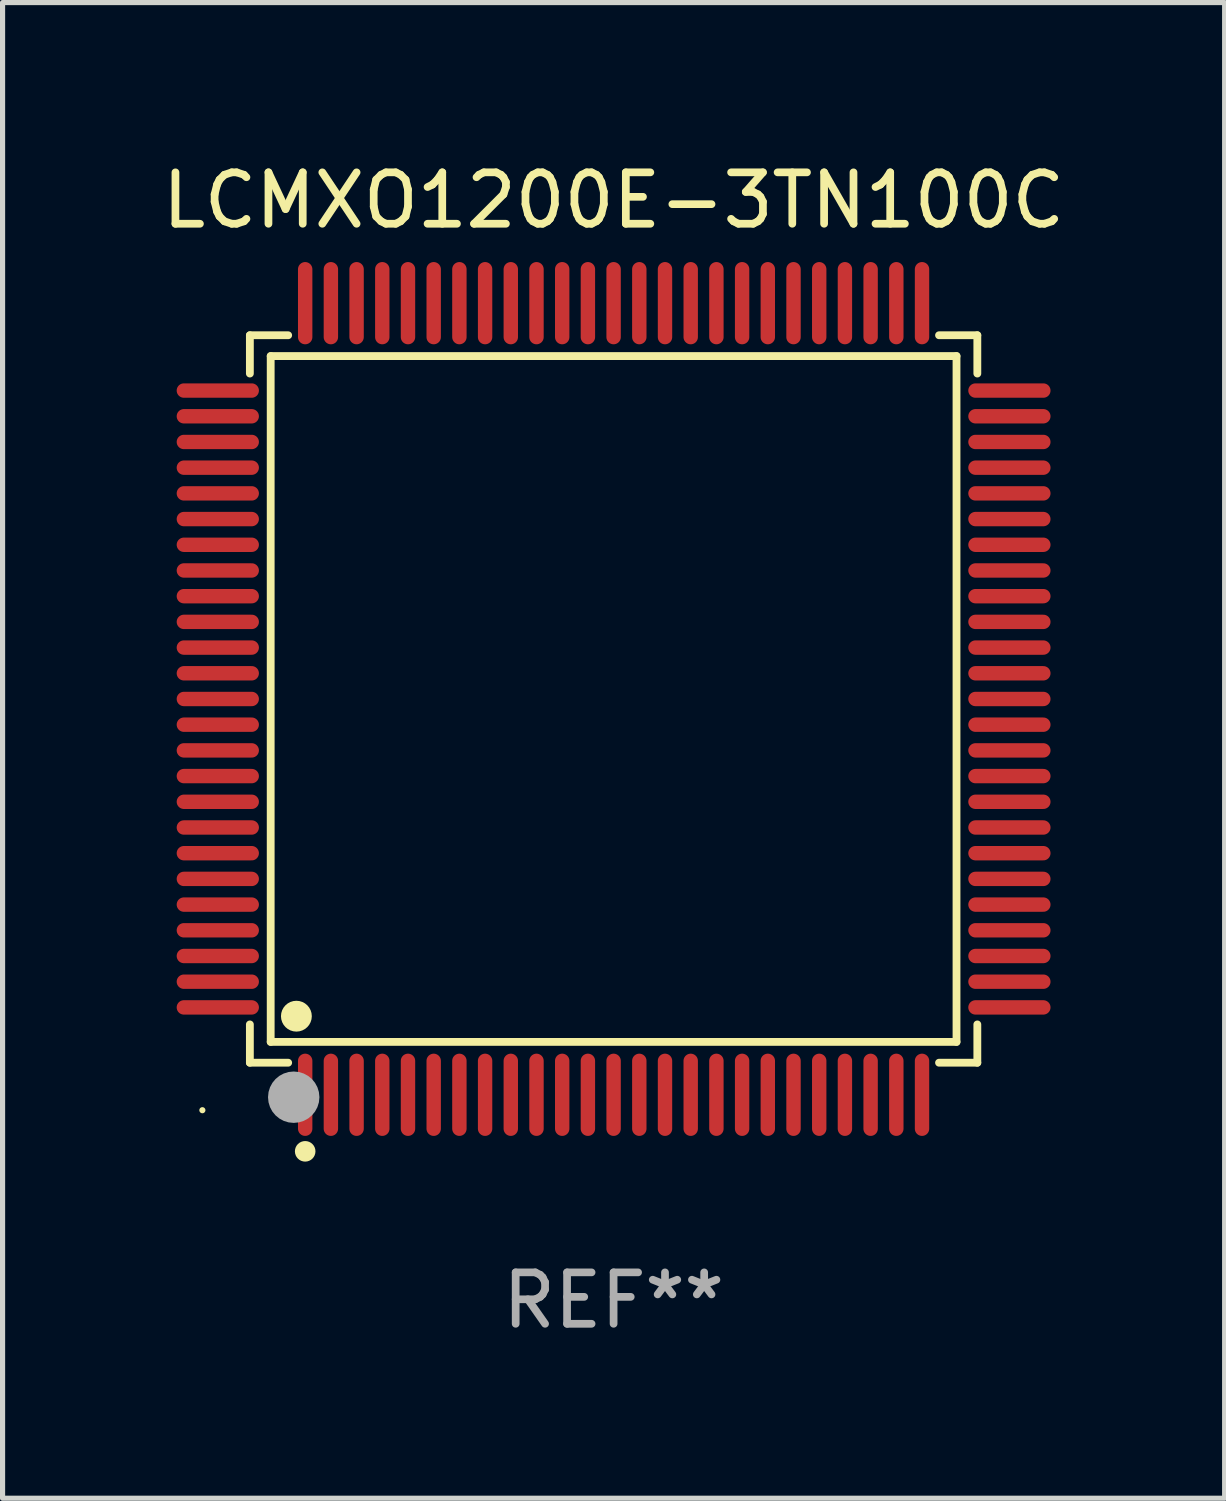
<source format=kicad_pcb>
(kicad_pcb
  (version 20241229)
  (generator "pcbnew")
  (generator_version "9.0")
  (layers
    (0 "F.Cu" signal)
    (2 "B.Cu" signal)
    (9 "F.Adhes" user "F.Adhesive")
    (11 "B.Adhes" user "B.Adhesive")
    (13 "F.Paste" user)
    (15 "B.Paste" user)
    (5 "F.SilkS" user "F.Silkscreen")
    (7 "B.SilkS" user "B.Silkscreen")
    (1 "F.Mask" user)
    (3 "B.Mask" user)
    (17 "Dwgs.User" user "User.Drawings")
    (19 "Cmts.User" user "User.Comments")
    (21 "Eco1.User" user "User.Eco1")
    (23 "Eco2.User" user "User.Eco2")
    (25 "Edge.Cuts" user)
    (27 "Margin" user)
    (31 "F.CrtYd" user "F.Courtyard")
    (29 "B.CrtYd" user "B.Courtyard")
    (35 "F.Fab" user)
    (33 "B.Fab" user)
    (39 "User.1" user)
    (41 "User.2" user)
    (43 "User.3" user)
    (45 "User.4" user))
  (footprint "LCMXO1200E-3TN100C"
    (layer "F.Cu")
    (at 8.887 10.548)
    (property "Reference" "LCMXO1200E-3TN100C" (at 0 -9.7 0) (layer "F.SilkS") (effects (font (size 1 1) (thickness 0.15))))
    (attr through_hole)
    (fp_line (start -7.076 -7.076) (end -6.331 -7.076) (stroke (width 0.152) (type solid)) (layer "F.SilkS"))
    (fp_line (start -7.076 -6.331) (end -7.076 -7.076) (stroke (width 0.152) (type solid)) (layer "F.SilkS"))
    (fp_line (start -7.076 6.331) (end -7.076 7.076) (stroke (width 0.152) (type solid)) (layer "F.SilkS"))
    (fp_line (start -7.076 7.076) (end -6.331 7.076) (stroke (width 0.152) (type solid)) (layer "F.SilkS"))
    (fp_line (start -6.671 -6.671) (end 6.671 -6.671) (stroke (width 0.152) (type solid)) (layer "F.SilkS"))
    (fp_line (start -6.671 6.671) (end -6.671 -6.671) (stroke (width 0.152) (type solid)) (layer "F.SilkS"))
    (fp_line (start 6.671 -6.671) (end 6.671 6.671) (stroke (width 0.152) (type solid)) (layer "F.SilkS"))
    (fp_line (start 6.671 6.671) (end -6.671 6.671) (stroke (width 0.152) (type solid)) (layer "F.SilkS"))
    (fp_line (start 7.076 -7.076) (end 6.331 -7.076) (stroke (width 0.152) (type solid)) (layer "F.SilkS"))
    (fp_line (start 7.076 -6.331) (end 7.076 -7.076) (stroke (width 0.152) (type solid)) (layer "F.SilkS"))
    (fp_line (start 7.076 6.331) (end 7.076 7.076) (stroke (width 0.152) (type solid)) (layer "F.SilkS"))
    (fp_line (start 7.076 7.076) (end 6.331 7.076) (stroke (width 0.152) (type solid)) (layer "F.SilkS"))
    (fp_circle (center -8 8) (end -7.97 8) (stroke (width 0.06) (type solid)) (fill no) (layer "F.SilkS"))
    (fp_circle (center -6.171 6.171) (end -6.021 6.171) (stroke (width 0.3) (type solid)) (fill no) (layer "F.SilkS"))
    (fp_circle (center -6 8.8) (end -5.9 8.8) (stroke (width 0.2) (type solid)) (fill no) (layer "F.SilkS"))
    (fp_circle (center -6.223 7.747) (end -5.973 7.747) (stroke (width 0.5) (type solid)) (fill no) (layer "F.Fab"))
    (fp_text user "REF**" (at 0 11.7 0) (layer "F.Fab") (effects (font (size 1 1) (thickness 0.15))))
    (pad "1" smd oval (at -6 7.7) (size 0.28 1.6) (layers "F.Cu" "F.Mask" "F.Paste"))
    (pad "2" smd oval (at -5.5 7.7) (size 0.28 1.6) (layers "F.Cu" "F.Mask" "F.Paste"))
    (pad "3" smd oval (at -5 7.7) (size 0.28 1.6) (layers "F.Cu" "F.Mask" "F.Paste"))
    (pad "4" smd oval (at -4.5 7.7) (size 0.28 1.6) (layers "F.Cu" "F.Mask" "F.Paste"))
    (pad "5" smd oval (at -4 7.7) (size 0.28 1.6) (layers "F.Cu" "F.Mask" "F.Paste"))
    (pad "6" smd oval (at -3.5 7.7) (size 0.28 1.6) (layers "F.Cu" "F.Mask" "F.Paste"))
    (pad "7" smd oval (at -3 7.7) (size 0.28 1.6) (layers "F.Cu" "F.Mask" "F.Paste"))
    (pad "8" smd oval (at -2.5 7.7) (size 0.28 1.6) (layers "F.Cu" "F.Mask" "F.Paste"))
    (pad "9" smd oval (at -2 7.7) (size 0.28 1.6) (layers "F.Cu" "F.Mask" "F.Paste"))
    (pad "10" smd oval (at -1.5 7.7) (size 0.28 1.6) (layers "F.Cu" "F.Mask" "F.Paste"))
    (pad "11" smd oval (at -1 7.7) (size 0.28 1.6) (layers "F.Cu" "F.Mask" "F.Paste"))
    (pad "12" smd oval (at -0.5 7.7) (size 0.28 1.6) (layers "F.Cu" "F.Mask" "F.Paste"))
    (pad "13" smd oval (at 0 7.7) (size 0.28 1.6) (layers "F.Cu" "F.Mask" "F.Paste"))
    (pad "14" smd oval (at 0.5 7.7) (size 0.28 1.6) (layers "F.Cu" "F.Mask" "F.Paste"))
    (pad "15" smd oval (at 1 7.7) (size 0.28 1.6) (layers "F.Cu" "F.Mask" "F.Paste"))
    (pad "16" smd oval (at 1.5 7.7) (size 0.28 1.6) (layers "F.Cu" "F.Mask" "F.Paste"))
    (pad "17" smd oval (at 2 7.7) (size 0.28 1.6) (layers "F.Cu" "F.Mask" "F.Paste"))
    (pad "18" smd oval (at 2.5 7.7) (size 0.28 1.6) (layers "F.Cu" "F.Mask" "F.Paste"))
    (pad "19" smd oval (at 3 7.7) (size 0.28 1.6) (layers "F.Cu" "F.Mask" "F.Paste"))
    (pad "20" smd oval (at 3.5 7.7) (size 0.28 1.6) (layers "F.Cu" "F.Mask" "F.Paste"))
    (pad "21" smd oval (at 4 7.7) (size 0.28 1.6) (layers "F.Cu" "F.Mask" "F.Paste"))
    (pad "22" smd oval (at 4.5 7.7) (size 0.28 1.6) (layers "F.Cu" "F.Mask" "F.Paste"))
    (pad "23" smd oval (at 5 7.7) (size 0.28 1.6) (layers "F.Cu" "F.Mask" "F.Paste"))
    (pad "24" smd oval (at 5.5 7.7) (size 0.28 1.6) (layers "F.Cu" "F.Mask" "F.Paste"))
    (pad "25" smd oval (at 6 7.7) (size 0.28 1.6) (layers "F.Cu" "F.Mask" "F.Paste"))
    (pad "26" smd oval (at 7.7 6) (size 1.6 0.28) (layers "F.Cu" "F.Mask" "F.Paste"))
    (pad "27" smd oval (at 7.7 5.5) (size 1.6 0.28) (layers "F.Cu" "F.Mask" "F.Paste"))
    (pad "28" smd oval (at 7.7 5) (size 1.6 0.28) (layers "F.Cu" "F.Mask" "F.Paste"))
    (pad "29" smd oval (at 7.7 4.5) (size 1.6 0.28) (layers "F.Cu" "F.Mask" "F.Paste"))
    (pad "30" smd oval (at 7.7 4) (size 1.6 0.28) (layers "F.Cu" "F.Mask" "F.Paste"))
    (pad "31" smd oval (at 7.7 3.5) (size 1.6 0.28) (layers "F.Cu" "F.Mask" "F.Paste"))
    (pad "32" smd oval (at 7.7 3) (size 1.6 0.28) (layers "F.Cu" "F.Mask" "F.Paste"))
    (pad "33" smd oval (at 7.7 2.5) (size 1.6 0.28) (layers "F.Cu" "F.Mask" "F.Paste"))
    (pad "34" smd oval (at 7.7 2) (size 1.6 0.28) (layers "F.Cu" "F.Mask" "F.Paste"))
    (pad "35" smd oval (at 7.7 1.5) (size 1.6 0.28) (layers "F.Cu" "F.Mask" "F.Paste"))
    (pad "36" smd oval (at 7.7 1) (size 1.6 0.28) (layers "F.Cu" "F.Mask" "F.Paste"))
    (pad "37" smd oval (at 7.7 0.5) (size 1.6 0.28) (layers "F.Cu" "F.Mask" "F.Paste"))
    (pad "38" smd oval (at 7.7 0) (size 1.6 0.28) (layers "F.Cu" "F.Mask" "F.Paste"))
    (pad "39" smd oval (at 7.7 -0.5) (size 1.6 0.28) (layers "F.Cu" "F.Mask" "F.Paste"))
    (pad "40" smd oval (at 7.7 -1) (size 1.6 0.28) (layers "F.Cu" "F.Mask" "F.Paste"))
    (pad "41" smd oval (at 7.7 -1.5) (size 1.6 0.28) (layers "F.Cu" "F.Mask" "F.Paste"))
    (pad "42" smd oval (at 7.7 -2) (size 1.6 0.28) (layers "F.Cu" "F.Mask" "F.Paste"))
    (pad "43" smd oval (at 7.7 -2.5) (size 1.6 0.28) (layers "F.Cu" "F.Mask" "F.Paste"))
    (pad "44" smd oval (at 7.7 -3) (size 1.6 0.28) (layers "F.Cu" "F.Mask" "F.Paste"))
    (pad "45" smd oval (at 7.7 -3.5) (size 1.6 0.28) (layers "F.Cu" "F.Mask" "F.Paste"))
    (pad "46" smd oval (at 7.7 -4) (size 1.6 0.28) (layers "F.Cu" "F.Mask" "F.Paste"))
    (pad "47" smd oval (at 7.7 -4.5) (size 1.6 0.28) (layers "F.Cu" "F.Mask" "F.Paste"))
    (pad "48" smd oval (at 7.7 -5) (size 1.6 0.28) (layers "F.Cu" "F.Mask" "F.Paste"))
    (pad "49" smd oval (at 7.7 -5.5) (size 1.6 0.28) (layers "F.Cu" "F.Mask" "F.Paste"))
    (pad "50" smd oval (at 7.7 -6) (size 1.6 0.28) (layers "F.Cu" "F.Mask" "F.Paste"))
    (pad "51" smd oval (at 6 -7.7) (size 0.28 1.6) (layers "F.Cu" "F.Mask" "F.Paste"))
    (pad "52" smd oval (at 5.5 -7.7) (size 0.28 1.6) (layers "F.Cu" "F.Mask" "F.Paste"))
    (pad "53" smd oval (at 5 -7.7) (size 0.28 1.6) (layers "F.Cu" "F.Mask" "F.Paste"))
    (pad "54" smd oval (at 4.5 -7.7) (size 0.28 1.6) (layers "F.Cu" "F.Mask" "F.Paste"))
    (pad "55" smd oval (at 4 -7.7) (size 0.28 1.6) (layers "F.Cu" "F.Mask" "F.Paste"))
    (pad "56" smd oval (at 3.5 -7.7) (size 0.28 1.6) (layers "F.Cu" "F.Mask" "F.Paste"))
    (pad "57" smd oval (at 3 -7.7) (size 0.28 1.6) (layers "F.Cu" "F.Mask" "F.Paste"))
    (pad "58" smd oval (at 2.5 -7.7) (size 0.28 1.6) (layers "F.Cu" "F.Mask" "F.Paste"))
    (pad "59" smd oval (at 2 -7.7) (size 0.28 1.6) (layers "F.Cu" "F.Mask" "F.Paste"))
    (pad "60" smd oval (at 1.5 -7.7) (size 0.28 1.6) (layers "F.Cu" "F.Mask" "F.Paste"))
    (pad "61" smd oval (at 1 -7.7) (size 0.28 1.6) (layers "F.Cu" "F.Mask" "F.Paste"))
    (pad "62" smd oval (at 0.5 -7.7) (size 0.28 1.6) (layers "F.Cu" "F.Mask" "F.Paste"))
    (pad "63" smd oval (at 0 -7.7) (size 0.28 1.6) (layers "F.Cu" "F.Mask" "F.Paste"))
    (pad "64" smd oval (at -0.5 -7.7) (size 0.28 1.6) (layers "F.Cu" "F.Mask" "F.Paste"))
    (pad "65" smd oval (at -1 -7.7) (size 0.28 1.6) (layers "F.Cu" "F.Mask" "F.Paste"))
    (pad "66" smd oval (at -1.5 -7.7) (size 0.28 1.6) (layers "F.Cu" "F.Mask" "F.Paste"))
    (pad "67" smd oval (at -2 -7.7) (size 0.28 1.6) (layers "F.Cu" "F.Mask" "F.Paste"))
    (pad "68" smd oval (at -2.5 -7.7) (size 0.28 1.6) (layers "F.Cu" "F.Mask" "F.Paste"))
    (pad "69" smd oval (at -3 -7.7) (size 0.28 1.6) (layers "F.Cu" "F.Mask" "F.Paste"))
    (pad "70" smd oval (at -3.5 -7.7) (size 0.28 1.6) (layers "F.Cu" "F.Mask" "F.Paste"))
    (pad "71" smd oval (at -4 -7.7) (size 0.28 1.6) (layers "F.Cu" "F.Mask" "F.Paste"))
    (pad "72" smd oval (at -4.5 -7.7) (size 0.28 1.6) (layers "F.Cu" "F.Mask" "F.Paste"))
    (pad "73" smd oval (at -5 -7.7) (size 0.28 1.6) (layers "F.Cu" "F.Mask" "F.Paste"))
    (pad "74" smd oval (at -5.5 -7.7) (size 0.28 1.6) (layers "F.Cu" "F.Mask" "F.Paste"))
    (pad "75" smd oval (at -6 -7.7) (size 0.28 1.6) (layers "F.Cu" "F.Mask" "F.Paste"))
    (pad "76" smd oval (at -7.7 -6) (size 1.6 0.28) (layers "F.Cu" "F.Mask" "F.Paste"))
    (pad "77" smd oval (at -7.7 -5.5) (size 1.6 0.28) (layers "F.Cu" "F.Mask" "F.Paste"))
    (pad "78" smd oval (at -7.7 -5) (size 1.6 0.28) (layers "F.Cu" "F.Mask" "F.Paste"))
    (pad "79" smd oval (at -7.7 -4.5) (size 1.6 0.28) (layers "F.Cu" "F.Mask" "F.Paste"))
    (pad "80" smd oval (at -7.7 -4) (size 1.6 0.28) (layers "F.Cu" "F.Mask" "F.Paste"))
    (pad "81" smd oval (at -7.7 -3.5) (size 1.6 0.28) (layers "F.Cu" "F.Mask" "F.Paste"))
    (pad "82" smd oval (at -7.7 -3) (size 1.6 0.28) (layers "F.Cu" "F.Mask" "F.Paste"))
    (pad "83" smd oval (at -7.7 -2.5) (size 1.6 0.28) (layers "F.Cu" "F.Mask" "F.Paste"))
    (pad "84" smd oval (at -7.7 -2) (size 1.6 0.28) (layers "F.Cu" "F.Mask" "F.Paste"))
    (pad "85" smd oval (at -7.7 -1.5) (size 1.6 0.28) (layers "F.Cu" "F.Mask" "F.Paste"))
    (pad "86" smd oval (at -7.7 -1) (size 1.6 0.28) (layers "F.Cu" "F.Mask" "F.Paste"))
    (pad "87" smd oval (at -7.7 -0.5) (size 1.6 0.28) (layers "F.Cu" "F.Mask" "F.Paste"))
    (pad "88" smd oval (at -7.7 0) (size 1.6 0.28) (layers "F.Cu" "F.Mask" "F.Paste"))
    (pad "89" smd oval (at -7.7 0.5) (size 1.6 0.28) (layers "F.Cu" "F.Mask" "F.Paste"))
    (pad "90" smd oval (at -7.7 1) (size 1.6 0.28) (layers "F.Cu" "F.Mask" "F.Paste"))
    (pad "91" smd oval (at -7.7 1.5) (size 1.6 0.28) (layers "F.Cu" "F.Mask" "F.Paste"))
    (pad "92" smd oval (at -7.7 2) (size 1.6 0.28) (layers "F.Cu" "F.Mask" "F.Paste"))
    (pad "93" smd oval (at -7.7 2.5) (size 1.6 0.28) (layers "F.Cu" "F.Mask" "F.Paste"))
    (pad "94" smd oval (at -7.7 3) (size 1.6 0.28) (layers "F.Cu" "F.Mask" "F.Paste"))
    (pad "95" smd oval (at -7.7 3.5) (size 1.6 0.28) (layers "F.Cu" "F.Mask" "F.Paste"))
    (pad "96" smd oval (at -7.7 4) (size 1.6 0.28) (layers "F.Cu" "F.Mask" "F.Paste"))
    (pad "97" smd oval (at -7.7 4.5) (size 1.6 0.28) (layers "F.Cu" "F.Mask" "F.Paste"))
    (pad "98" smd oval (at -7.7 5) (size 1.6 0.28) (layers "F.Cu" "F.Mask" "F.Paste"))
    (pad "99" smd oval (at -7.7 5.5) (size 1.6 0.28) (layers "F.Cu" "F.Mask" "F.Paste"))
    (pad "100" smd oval (at -7.7 6) (size 1.6 0.28) (layers "F.Cu" "F.Mask" "F.Paste")))
  (gr_rect
    (start -3 -3)
    (end 20.774 26.097)
    (stroke (width 0.1) (type default))
    (fill no)
    (layer "Edge.Cuts")))
</source>
